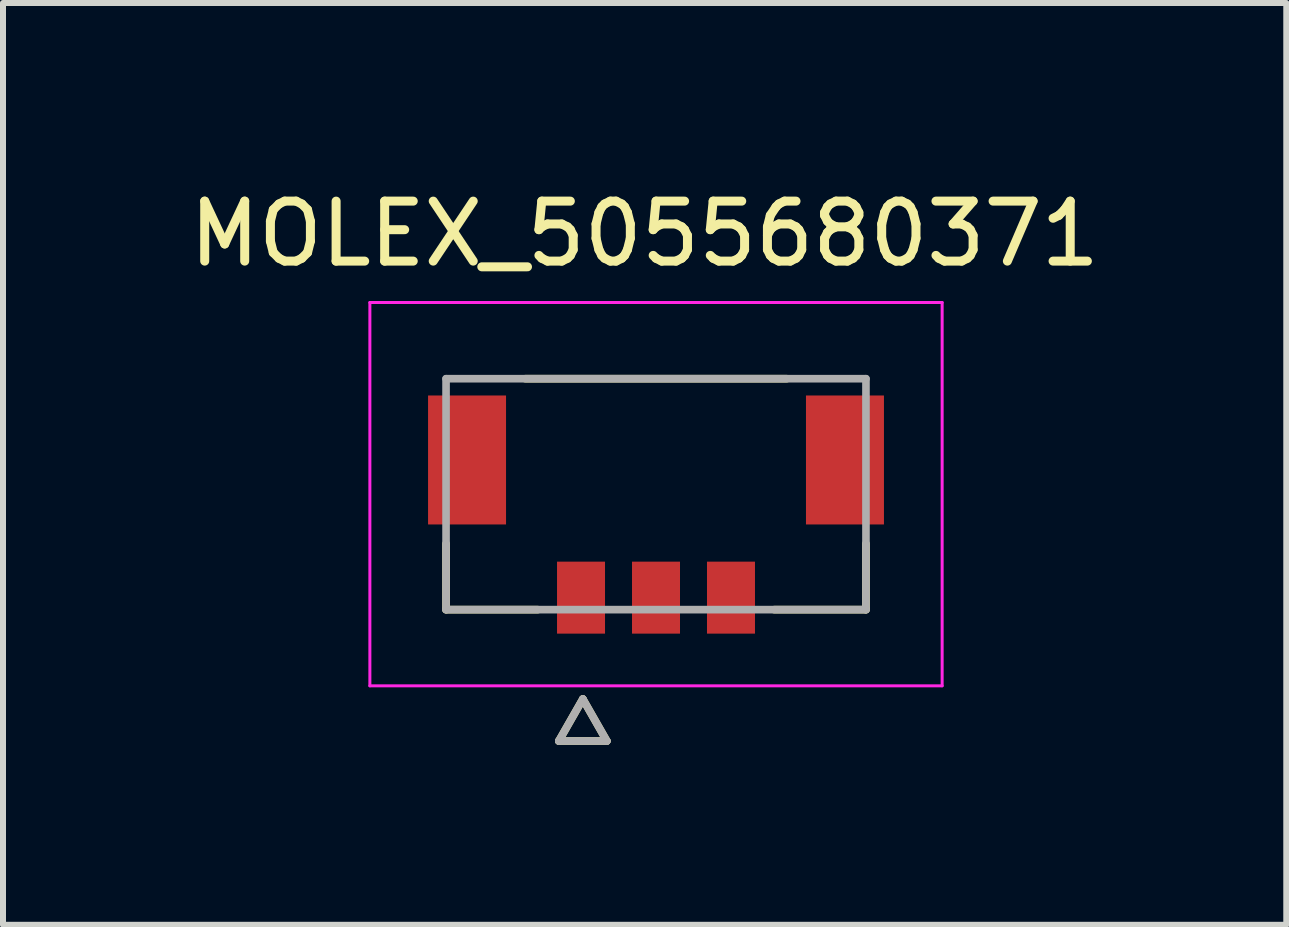
<source format=kicad_pcb>
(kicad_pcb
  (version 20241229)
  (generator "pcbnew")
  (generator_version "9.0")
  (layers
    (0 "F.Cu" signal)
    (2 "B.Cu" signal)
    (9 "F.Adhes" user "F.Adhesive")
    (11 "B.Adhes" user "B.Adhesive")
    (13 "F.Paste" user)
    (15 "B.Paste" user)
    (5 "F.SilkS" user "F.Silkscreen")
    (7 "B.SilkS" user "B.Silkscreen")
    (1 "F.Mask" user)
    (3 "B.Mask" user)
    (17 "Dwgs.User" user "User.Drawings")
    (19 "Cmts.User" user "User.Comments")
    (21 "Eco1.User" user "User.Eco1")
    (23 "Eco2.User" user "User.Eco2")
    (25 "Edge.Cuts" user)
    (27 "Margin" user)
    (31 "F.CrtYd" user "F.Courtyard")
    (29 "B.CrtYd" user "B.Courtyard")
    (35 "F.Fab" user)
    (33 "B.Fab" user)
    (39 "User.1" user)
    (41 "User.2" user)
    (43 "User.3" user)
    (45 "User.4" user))
  (footprint "MOLEX_5055680371"
    (layer "F.Cu")
    (at 7.886 5.188)
    (property "Reference" "MOLEX_5055680371" (at -0.19 -4.34 0) (layer "F.SilkS") (effects (font (size 1 1) (thickness 0.15))))
    (attr smd)
    (fp_poly (pts (xy -3.876 -1.721) (xy -2.424 -1.721) (xy -2.424 0.581) (xy -3.876 0.581)) (stroke (width 0.01) (type solid)) (fill yes) (layer "F.Mask"))
    (fp_poly (pts (xy -1.726 1.049) (xy -0.774 1.049) (xy -0.774 2.401) (xy -1.726 2.401)) (stroke (width 0.01) (type solid)) (fill yes) (layer "F.Mask"))
    (fp_poly (pts (xy -0.476 1.049) (xy 0.476 1.049) (xy 0.476 2.401) (xy -0.476 2.401)) (stroke (width 0.01) (type solid)) (fill yes) (layer "F.Mask"))
    (fp_poly (pts (xy 0.774 1.049) (xy 1.726 1.049) (xy 1.726 2.401) (xy 0.774 2.401)) (stroke (width 0.01) (type solid)) (fill yes) (layer "F.Mask"))
    (fp_poly (pts (xy 2.424 -1.721) (xy 3.876 -1.721) (xy 3.876 0.581) (xy 2.424 0.581)) (stroke (width 0.01) (type solid)) (fill yes) (layer "F.Mask"))
    (fp_line (start -3.5 1.925) (end -3.5 0.825) (stroke (width 0.127) (type solid)) (layer "F.SilkS"))
    (fp_line (start -1.97 1.925) (end -3.5 1.925) (stroke (width 0.127) (type solid)) (layer "F.SilkS"))
    (fp_line (start -1.62 4.115) (end -0.82 4.115) (stroke (width 0.127) (type solid)) (layer "F.SilkS"))
    (fp_line (start -1.22 3.415) (end -1.62 4.115) (stroke (width 0.127) (type solid)) (layer "F.SilkS"))
    (fp_line (start -0.82 4.115) (end -1.22 3.415) (stroke (width 0.127) (type solid)) (layer "F.SilkS"))
    (fp_line (start 2.18 -1.925) (end -2.18 -1.925) (stroke (width 0.127) (type solid)) (layer "F.SilkS"))
    (fp_line (start 3.5 0.825) (end 3.5 1.925) (stroke (width 0.127) (type solid)) (layer "F.SilkS"))
    (fp_line (start 3.5 1.925) (end 1.97 1.925) (stroke (width 0.127) (type solid)) (layer "F.SilkS"))
    (fp_line (start -4.77 -3.195) (end 4.77 -3.195) (stroke (width 0.05) (type solid)) (layer "F.CrtYd"))
    (fp_line (start -4.77 3.195) (end -4.77 -3.195) (stroke (width 0.05) (type solid)) (layer "F.CrtYd"))
    (fp_line (start -4.77 3.195) (end 4.77 3.195) (stroke (width 0.05) (type solid)) (layer "F.CrtYd"))
    (fp_line (start 4.77 -3.195) (end 4.77 3.195) (stroke (width 0.05) (type solid)) (layer "F.CrtYd"))
    (fp_line (start -3.5 -1.925) (end 3.5 -1.925) (stroke (width 0.127) (type solid)) (layer "F.Fab"))
    (fp_line (start -3.5 1.925) (end -3.5 -1.925) (stroke (width 0.127) (type solid)) (layer "F.Fab"))
    (fp_line (start -1.62 4.115) (end -0.82 4.115) (stroke (width 0.127) (type solid)) (layer "F.Fab"))
    (fp_line (start -1.22 3.415) (end -1.62 4.115) (stroke (width 0.127) (type solid)) (layer "F.Fab"))
    (fp_line (start -0.82 4.115) (end -1.22 3.415) (stroke (width 0.127) (type solid)) (layer "F.Fab"))
    (fp_line (start 3.5 -1.925) (end 3.5 1.925) (stroke (width 0.127) (type solid)) (layer "F.Fab"))
    (fp_line (start 3.5 1.925) (end -3.5 1.925) (stroke (width 0.127) (type solid)) (layer "F.Fab"))
    (pad "1" smd rect (at -1.25 1.725) (size 0.8 1.2) (layers "F.Cu" "F.Paste"))
    (pad "2" smd rect (at 0 1.725) (size 0.8 1.2) (layers "F.Cu" "F.Paste"))
    (pad "3" smd rect (at 1.25 1.725) (size 0.8 1.2) (layers "F.Cu" "F.Paste"))
    (pad "S1" smd rect (at -3.15 -0.57) (size 1.3 2.15) (layers "F.Cu" "F.Paste"))
    (pad "S2" smd rect (at 3.15 -0.57) (size 1.3 2.15) (layers "F.Cu" "F.Paste"))
    (zone (net_name "") (layer "F.Cu") (hatch full 0.508) (connect_pads) (min_thickness 0.01) (filled_areas_thickness no) (keepout (tracks not_allowed) (vias not_allowed) (pads not_allowed) (copperpour not_allowed) (footprints allowed)) (placement (enabled no)) (fill) (polygon (pts (xy 3.686 5.693) (xy 3.686 7.593) (xy 6.236 7.593) (xy 6.236 6.313) (xy 9.536 6.313) (xy 9.536 7.593) (xy 12.086 7.593) (xy 12.086 5.693) (xy 10.386 5.693) (xy 10.386 3.543) (xy 11.286 3.543) (xy 11.286 2.443) (xy 4.486 2.443) (xy 4.486 3.543) (xy 5.386 3.543) (xy 5.386 5.693))))
    (zone (net_name "") (layers "F.Cu" "B.Cu") (hatch full 0.508) (connect_pads) (min_thickness 0.01) (filled_areas_thickness no) (keepout (tracks allowed) (vias not_allowed) (pads allowed) (copperpour allowed) (footprints allowed)) (placement (enabled no)) (fill) (polygon (pts (xy 3.686 5.693) (xy 3.686 7.593) (xy 6.236 7.593) (xy 6.236 6.313) (xy 9.536 6.313) (xy 9.536 7.593) (xy 12.086 7.593) (xy 12.086 5.693) (xy 10.386 5.693) (xy 10.386 3.543) (xy 11.286 3.543) (xy 11.286 2.443) (xy 4.486 2.443) (xy 4.486 3.543) (xy 5.386 3.543) (xy 5.386 5.693)))))
  (gr_rect
    (start -3 -3)
    (end 18.393 12.367)
    (stroke (width 0.1) (type default))
    (fill no)
    (layer "Edge.Cuts")))
</source>
